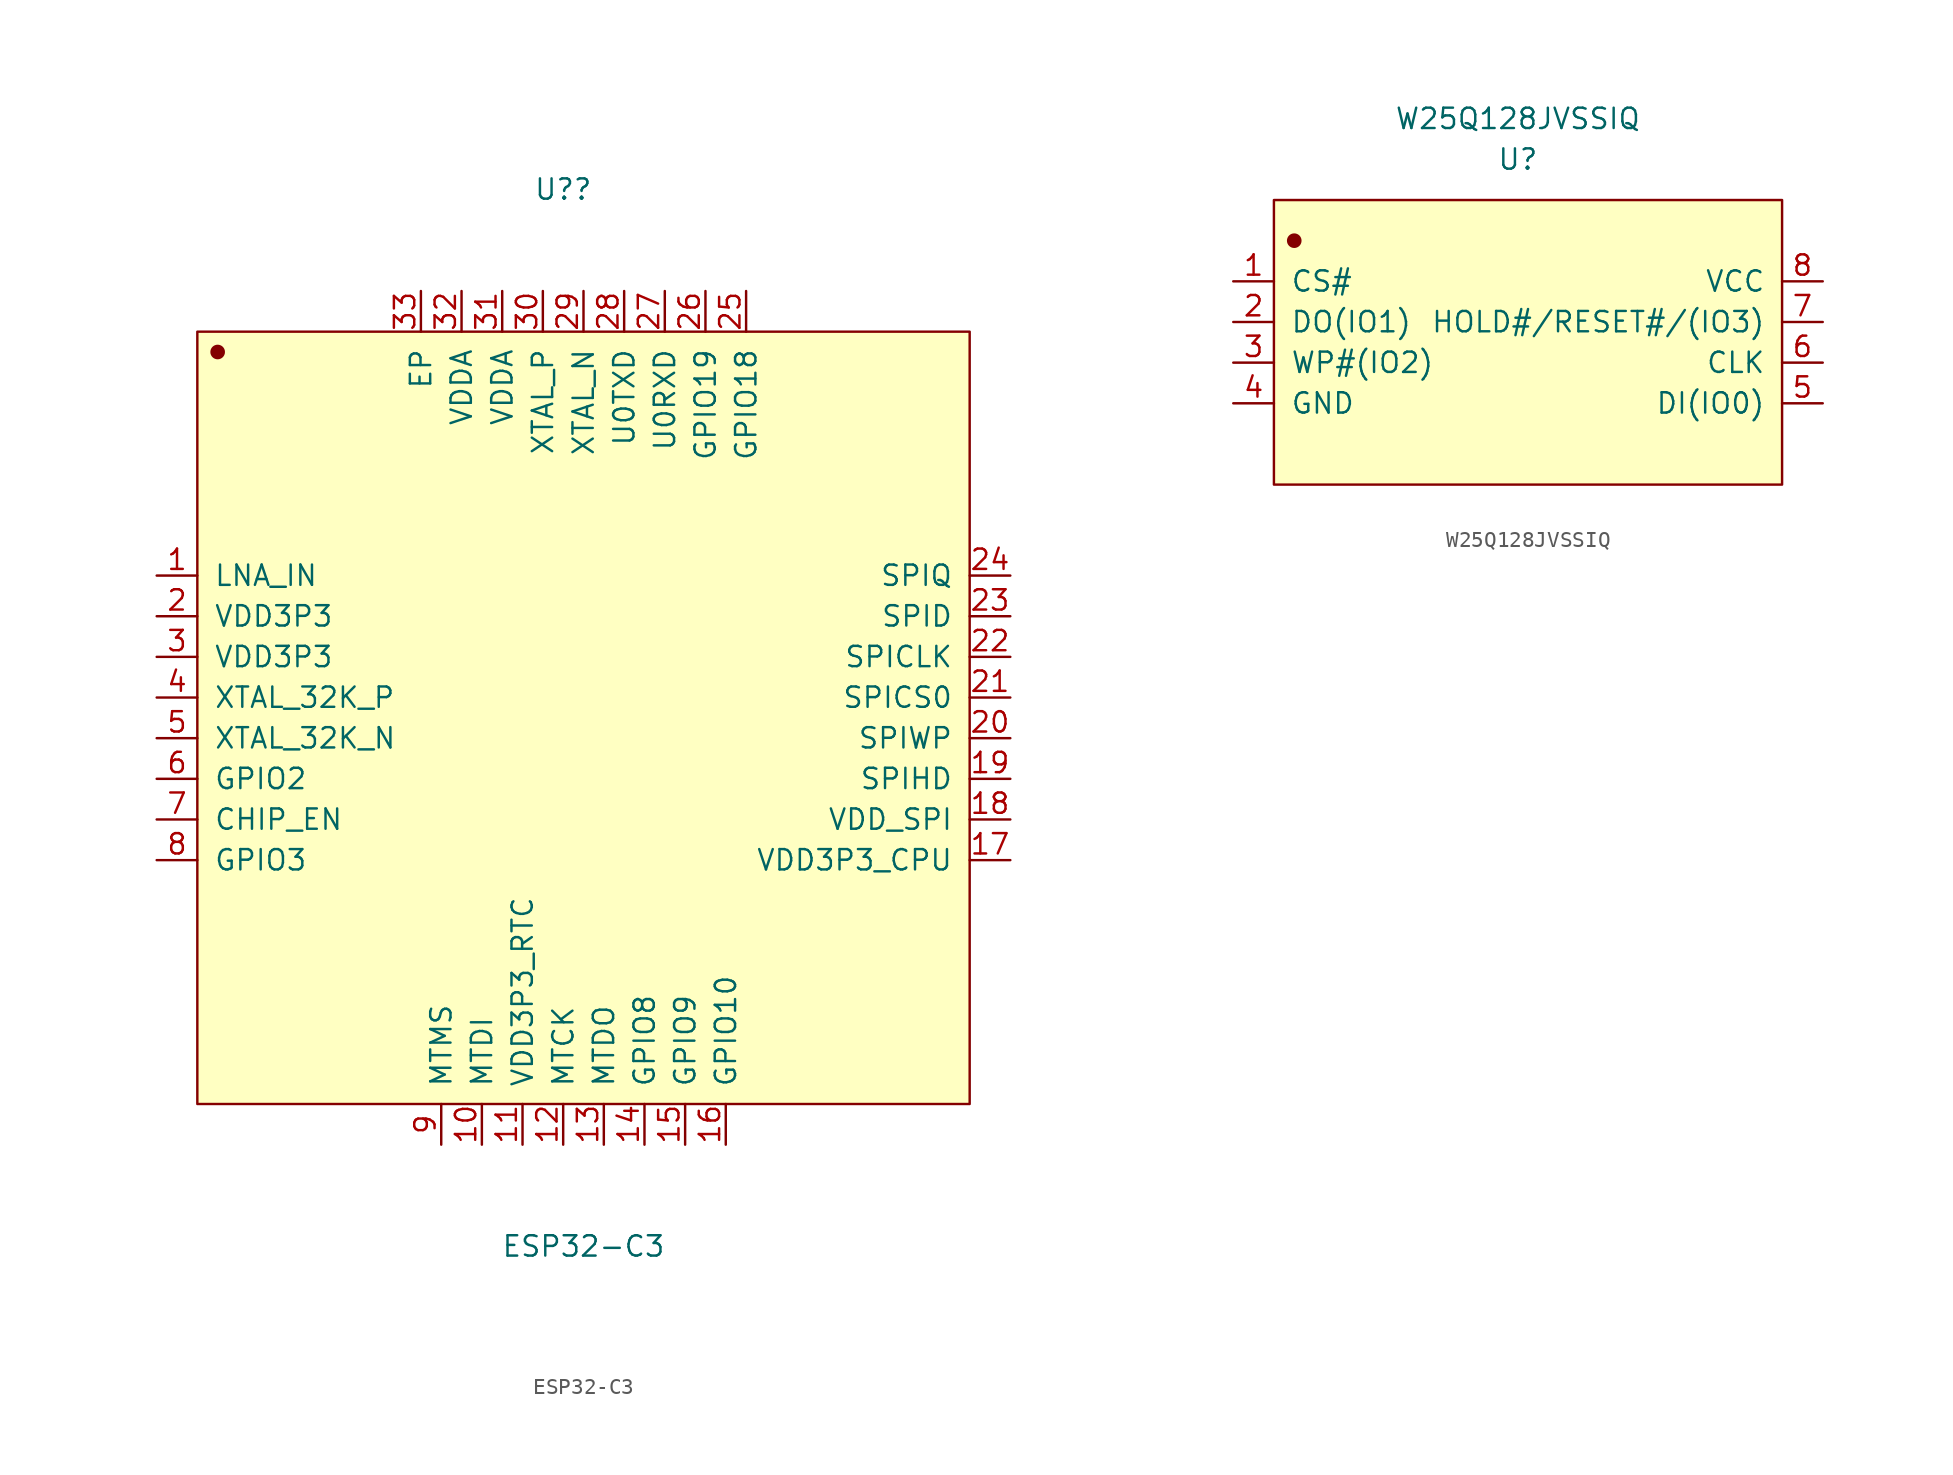
<source format=kicad_sym>
(kicad_symbol_lib
  (version 20211014)
  (generator kicad_symbol_editor)
  (symbol "ESP32-C3"
    (pin_names
      (offset 1.016))
    (property "Reference" "U?"
      (at 3.81 33.02 0)
      (effects (font (size 1.27 1.27))))
    (property "Value" "ESP32-C3"
      (at 5.08 -33.02 0)
      (effects (font (size 1.27 1.27))))
    (symbol "ESP32-C3_1_1"
      (rectangle (start -19.05 24.13) (end 29.21 -24.13) (stroke (width 0.152) (type default) (color 0 0 0 0)) (fill (type background)))
      (circle (center -17.78 22.86) (radius 0.381) (stroke (width 0.152) (type default) (color 0 0 0 0)) (fill (type outline)))
      (pin input line (at -21.59 8.89 0) (length 2.54) (name "LNA_IN" (effects (font (size 1.27 1.27)))) (number "1" (effects (font (size 1.27 1.27)))))
      (pin input line (at -1.27 -26.67 90) (length 2.54) (name "MTDI" (effects (font (size 1.27 1.27)))) (number "10" (effects (font (size 1.27 1.27)))))
      (pin input line (at 1.27 -26.67 90) (length 2.54) (name "VDD3P3_RTC" (effects (font (size 1.27 1.27)))) (number "11" (effects (font (size 1.27 1.27)))))
      (pin input line (at 3.81 -26.67 90) (length 2.54) (name "MTCK" (effects (font (size 1.27 1.27)))) (number "12" (effects (font (size 1.27 1.27)))))
      (pin input line (at 6.35 -26.67 90) (length 2.54) (name "MTDO" (effects (font (size 1.27 1.27)))) (number "13" (effects (font (size 1.27 1.27)))))
      (pin input line (at 8.89 -26.67 90) (length 2.54) (name "GPIO8" (effects (font (size 1.27 1.27)))) (number "14" (effects (font (size 1.27 1.27)))))
      (pin input line (at 11.43 -26.67 90) (length 2.54) (name "GPIO9" (effects (font (size 1.27 1.27)))) (number "15" (effects (font (size 1.27 1.27)))))
      (pin input line (at 13.97 -26.67 90) (length 2.54) (name "GPIO10" (effects (font (size 1.27 1.27)))) (number "16" (effects (font (size 1.27 1.27)))))
      (pin input line (at 31.75 -8.89 180) (length 2.54) (name "VDD3P3_CPU" (effects (font (size 1.27 1.27)))) (number "17" (effects (font (size 1.27 1.27)))))
      (pin input line (at 31.75 -6.35 180) (length 2.54) (name "VDD_SPI" (effects (font (size 1.27 1.27)))) (number "18" (effects (font (size 1.27 1.27)))))
      (pin input line (at 31.75 -3.81 180) (length 2.54) (name "SPIHD" (effects (font (size 1.27 1.27)))) (number "19" (effects (font (size 1.27 1.27)))))
      (pin input line (at -21.59 6.35 0) (length 2.54) (name "VDD3P3" (effects (font (size 1.27 1.27)))) (number "2" (effects (font (size 1.27 1.27)))))
      (pin input line (at 31.75 -1.27 180) (length 2.54) (name "SPIWP" (effects (font (size 1.27 1.27)))) (number "20" (effects (font (size 1.27 1.27)))))
      (pin input line (at 31.75 1.27 180) (length 2.54) (name "SPICS0" (effects (font (size 1.27 1.27)))) (number "21" (effects (font (size 1.27 1.27)))))
      (pin input line (at 31.75 3.81 180) (length 2.54) (name "SPICLK" (effects (font (size 1.27 1.27)))) (number "22" (effects (font (size 1.27 1.27)))))
      (pin input line (at 31.75 6.35 180) (length 2.54) (name "SPID" (effects (font (size 1.27 1.27)))) (number "23" (effects (font (size 1.27 1.27)))))
      (pin input line (at 31.75 8.89 180) (length 2.54) (name "SPIQ" (effects (font (size 1.27 1.27)))) (number "24" (effects (font (size 1.27 1.27)))))
      (pin input line (at 15.24 26.67 270) (length 2.54) (name "GPIO18" (effects (font (size 1.27 1.27)))) (number "25" (effects (font (size 1.27 1.27)))))
      (pin input line (at 12.7 26.67 270) (length 2.54) (name "GPIO19" (effects (font (size 1.27 1.27)))) (number "26" (effects (font (size 1.27 1.27)))))
      (pin input line (at 10.16 26.67 270) (length 2.54) (name "U0RXD" (effects (font (size 1.27 1.27)))) (number "27" (effects (font (size 1.27 1.27)))))
      (pin input line (at 7.62 26.67 270) (length 2.54) (name "U0TXD" (effects (font (size 1.27 1.27)))) (number "28" (effects (font (size 1.27 1.27)))))
      (pin input line (at 5.08 26.67 270) (length 2.54) (name "XTAL_N" (effects (font (size 1.27 1.27)))) (number "29" (effects (font (size 1.27 1.27)))))
      (pin input line (at -21.59 3.81 0) (length 2.54) (name "VDD3P3" (effects (font (size 1.27 1.27)))) (number "3" (effects (font (size 1.27 1.27)))))
      (pin input line (at 2.54 26.67 270) (length 2.54) (name "XTAL_P" (effects (font (size 1.27 1.27)))) (number "30" (effects (font (size 1.27 1.27)))))
      (pin input line (at 0 26.67 270) (length 2.54) (name "VDDA" (effects (font (size 1.27 1.27)))) (number "31" (effects (font (size 1.27 1.27)))))
      (pin input line (at -2.54 26.67 270) (length 2.54) (name "VDDA" (effects (font (size 1.27 1.27)))) (number "32" (effects (font (size 1.27 1.27)))))
      (pin input line (at -5.08 26.67 270) (length 2.54) (name "EP" (effects (font (size 1.27 1.27)))) (number "33" (effects (font (size 1.27 1.27)))))
      (pin input line (at -21.59 1.27 0) (length 2.54) (name "XTAL_32K_P" (effects (font (size 1.27 1.27)))) (number "4" (effects (font (size 1.27 1.27)))))
      (pin input line (at -21.59 -1.27 0) (length 2.54) (name "XTAL_32K_N" (effects (font (size 1.27 1.27)))) (number "5" (effects (font (size 1.27 1.27)))))
      (pin input line (at -21.59 -3.81 0) (length 2.54) (name "GPIO2" (effects (font (size 1.27 1.27)))) (number "6" (effects (font (size 1.27 1.27)))))
      (pin input line (at -21.59 -6.35 0) (length 2.54) (name "CHIP_EN" (effects (font (size 1.27 1.27)))) (number "7" (effects (font (size 1.27 1.27)))))
      (pin input line (at -21.59 -8.89 0) (length 2.54) (name "GPIO3" (effects (font (size 1.27 1.27)))) (number "8" (effects (font (size 1.27 1.27)))))
      (pin input line (at -3.81 -26.67 90) (length 2.54) (name "MTMS" (effects (font (size 1.27 1.27)))) (number "9" (effects (font (size 1.27 1.27)))))))
  (symbol "W25Q128JVSSIQ"
    (pin_names
      (offset 1.016))
    (property "Reference" "U"
      (at 3.81 11.43 0)
      (effects (font (size 1.27 1.27))))
    (property "Value" "W25Q128JVSSIQ"
      (at 3.81 13.97 0)
      (effects (font (size 1.27 1.27))))
    (symbol "W25Q128JVSSIQ_1_1"
      (rectangle (start -11.43 8.89) (end 20.32 -8.89) (stroke (width 0.152) (type default) (color 0 0 0 0)) (fill (type background)))
      (circle (center -10.16 6.35) (radius 0.381) (stroke (width 0.152) (type default) (color 0 0 0 0)) (fill (type outline)))
      (pin input line (at -13.97 3.81 0) (length 2.54) (name "CS#" (effects (font (size 1.27 1.27)))) (number "1" (effects (font (size 1.27 1.27)))))
      (pin input line (at -13.97 1.27 0) (length 2.54) (name "DO(IO1)" (effects (font (size 1.27 1.27)))) (number "2" (effects (font (size 1.27 1.27)))))
      (pin input line (at -13.97 -1.27 0) (length 2.54) (name "WP#(IO2)" (effects (font (size 1.27 1.27)))) (number "3" (effects (font (size 1.27 1.27)))))
      (pin input line (at -13.97 -3.81 0) (length 2.54) (name "GND" (effects (font (size 1.27 1.27)))) (number "4" (effects (font (size 1.27 1.27)))))
      (pin input line (at 22.86 -3.81 180) (length 2.54) (name "DI(IO0)" (effects (font (size 1.27 1.27)))) (number "5" (effects (font (size 1.27 1.27)))))
      (pin input line (at 22.86 -1.27 180) (length 2.54) (name "CLK" (effects (font (size 1.27 1.27)))) (number "6" (effects (font (size 1.27 1.27)))))
      (pin input line (at 22.86 1.27 180) (length 2.54) (name "HOLD#/RESET#/(IO3)" (effects (font (size 1.27 1.27)))) (number "7" (effects (font (size 1.27 1.27)))))
      (pin input line (at 22.86 3.81 180) (length 2.54) (name "VCC" (effects (font (size 1.27 1.27)))) (number "8" (effects (font (size 1.27 1.27))))))))
</source>
